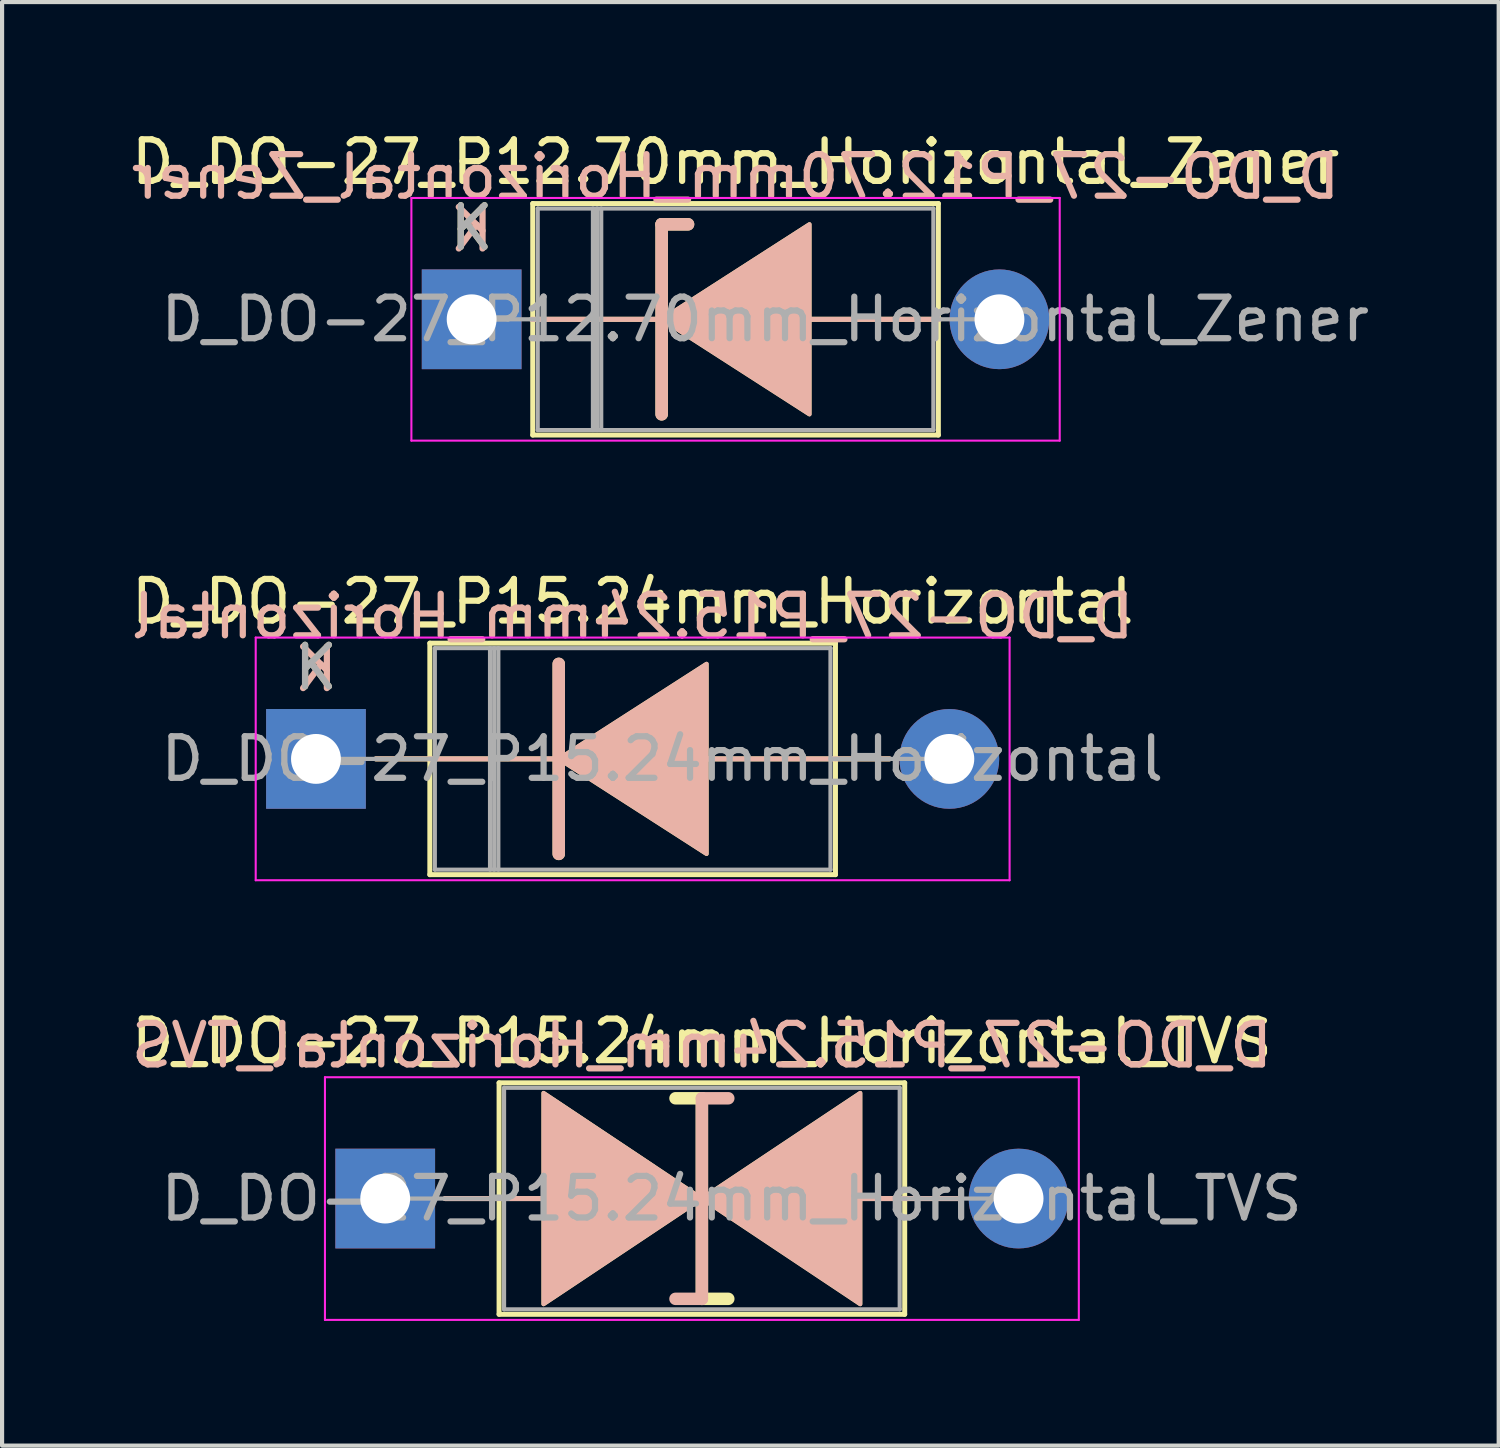
<source format=kicad_pcb>
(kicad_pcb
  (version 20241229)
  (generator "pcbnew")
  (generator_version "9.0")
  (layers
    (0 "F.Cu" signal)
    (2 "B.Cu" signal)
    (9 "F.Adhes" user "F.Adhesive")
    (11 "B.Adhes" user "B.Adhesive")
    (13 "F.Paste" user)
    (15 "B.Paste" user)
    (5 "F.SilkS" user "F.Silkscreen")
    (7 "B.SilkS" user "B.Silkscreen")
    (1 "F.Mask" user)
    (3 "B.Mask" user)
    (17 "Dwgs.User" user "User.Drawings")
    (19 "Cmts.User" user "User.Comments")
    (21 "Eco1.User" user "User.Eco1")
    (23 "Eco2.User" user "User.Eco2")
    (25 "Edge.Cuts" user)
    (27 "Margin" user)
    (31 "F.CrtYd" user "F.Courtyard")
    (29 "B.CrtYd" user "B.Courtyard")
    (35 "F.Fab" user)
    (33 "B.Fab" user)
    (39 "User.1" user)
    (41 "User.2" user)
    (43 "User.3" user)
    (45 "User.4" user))
  (footprint "D_DO-27_P12.70mm_Horizontal_Zener"
    (layer "F.Cu")
    (at 8.299 4.633)
    (property "Reference" "D_DO-27_P12.70mm_Horizontal_Zener" (at 6.35 -3.785 0) (layer "F.SilkS") (effects (font (size 1 1) (thickness 0.15))))
    (fp_line (start 1.44 0) (end 1.47 0) (stroke (width 0.12) (type solid)) (layer "F.SilkS"))
    (fp_line (start 1.47 -2.785) (end 1.47 2.785) (stroke (width 0.12) (type solid)) (layer "F.SilkS"))
    (fp_line (start 1.47 2.785) (end 11.23 2.785) (stroke (width 0.12) (type solid)) (layer "F.SilkS"))
    (fp_line (start 4.572 -2.286) (end 4.572 2.286) (stroke (width 0.3) (type solid)) (layer "F.SilkS"))
    (fp_line (start 4.572 -2.286) (end 5.207 -2.286) (stroke (width 0.3) (type solid)) (layer "F.SilkS"))
    (fp_line (start 4.572 0) (end 1.47 0) (stroke (width 0.12) (type solid)) (layer "F.SilkS"))
    (fp_line (start 8.001 0) (end 11.23 0) (stroke (width 0.12) (type solid)) (layer "F.SilkS"))
    (fp_line (start 11.23 -2.785) (end 1.47 -2.785) (stroke (width 0.12) (type solid)) (layer "F.SilkS"))
    (fp_line (start 11.23 2.785) (end 11.23 -2.785) (stroke (width 0.12) (type solid)) (layer "F.SilkS"))
    (fp_line (start 11.26 0) (end 11.23 0) (stroke (width 0.12) (type solid)) (layer "F.SilkS"))
    (fp_poly (pts (xy 8.128 2.286) (xy 4.572 0) (xy 8.128 -2.286)) (stroke (width 0.1) (type solid)) (fill yes) (layer "F.SilkS"))
    (fp_line (start 1.44 0) (end 1.47 0) (stroke (width 0.12) (type solid)) (layer "B.SilkS"))
    (fp_line (start 4.572 -2.286) (end 5.207 -2.286) (stroke (width 0.3) (type solid)) (layer "B.SilkS"))
    (fp_line (start 4.572 0) (end 1.47 0) (stroke (width 0.12) (type solid)) (layer "B.SilkS"))
    (fp_line (start 4.572 2.286) (end 4.572 -2.286) (stroke (width 0.3) (type solid)) (layer "B.SilkS"))
    (fp_line (start 8.001 0) (end 11.23 0) (stroke (width 0.12) (type solid)) (layer "B.SilkS"))
    (fp_line (start 11.26 0) (end 11.23 0) (stroke (width 0.12) (type solid)) (layer "B.SilkS"))
    (fp_poly (pts (xy 8.128 -2.286) (xy 4.572 0) (xy 8.128 2.286)) (stroke (width 0.1) (type solid)) (fill yes) (layer "B.SilkS"))
    (fp_line (start -1.45 -2.92) (end -1.45 2.92) (stroke (width 0.05) (type solid)) (layer "F.CrtYd"))
    (fp_line (start -1.45 2.92) (end 14.15 2.92) (stroke (width 0.05) (type solid)) (layer "F.CrtYd"))
    (fp_line (start 14.15 -2.92) (end -1.45 -2.92) (stroke (width 0.05) (type solid)) (layer "F.CrtYd"))
    (fp_line (start 14.15 2.92) (end 14.15 -2.92) (stroke (width 0.05) (type solid)) (layer "F.CrtYd"))
    (fp_line (start 0 0) (end 1.59 0) (stroke (width 0.1) (type solid)) (layer "F.Fab"))
    (fp_line (start 1.59 -2.665) (end 1.59 2.665) (stroke (width 0.1) (type solid)) (layer "F.Fab"))
    (fp_line (start 1.59 2.665) (end 11.11 2.665) (stroke (width 0.1) (type solid)) (layer "F.Fab"))
    (fp_line (start 2.918 -2.665) (end 2.918 2.665) (stroke (width 0.1) (type solid)) (layer "F.Fab"))
    (fp_line (start 3.018 -2.665) (end 3.018 2.665) (stroke (width 0.1) (type solid)) (layer "F.Fab"))
    (fp_line (start 3.118 -2.665) (end 3.118 2.665) (stroke (width 0.1) (type solid)) (layer "F.Fab"))
    (fp_line (start 11.11 -2.665) (end 1.59 -2.665) (stroke (width 0.1) (type solid)) (layer "F.Fab"))
    (fp_line (start 11.11 2.665) (end 11.11 -2.665) (stroke (width 0.1) (type solid)) (layer "F.Fab"))
    (fp_line (start 12.7 0) (end 11.11 0) (stroke (width 0.1) (type solid)) (layer "F.Fab"))
    (fp_text user "K" (at 0 -2.2 0) (layer "F.SilkS") (effects (font (size 1 1) (thickness 0.15))))
    (fp_text user "K" (at 0 -2.159 0) (layer "B.SilkS") (effects (font (size 1 1) (thickness 0.15)) (justify mirror)))
    (fp_text user "${REFERENCE}" (at 6.35 -3.429 0) (layer "B.SilkS") (effects (font (size 1 1) (thickness 0.15)) (justify mirror)))
    (fp_text user "K" (at 0 -2.2 0) (layer "F.Fab") (effects (font (size 1 1) (thickness 0.15))))
    (fp_text user "${REFERENCE}" (at 7.064 0 0) (layer "F.Fab") (effects (font (size 1 1) (thickness 0.15))))
    (pad "1" thru_hole rect (at 0 0) (size 2.4 2.4) (drill 1.2) (layers "*.Cu" "*.Mask"))
    (pad "2" thru_hole oval (at 12.7 0) (size 2.4 2.4) (drill 1.2) (layers "*.Cu" "*.Mask")))
  (footprint "D_DO-27_P15.24mm_Horizontal_TVS"
    (layer "F.Cu")
    (at 6.219 25.79)
    (property "Reference" "D_DO-27_P15.24mm_Horizontal_TVS" (at 7.62 -3.785 0) (layer "F.SilkS") (effects (font (size 1 1) (thickness 0.15))))
    (fp_line (start 1.44 0) (end 2.74 0) (stroke (width 0.12) (type solid)) (layer "F.SilkS"))
    (fp_line (start 2.74 -2.785) (end 2.74 2.785) (stroke (width 0.12) (type solid)) (layer "F.SilkS"))
    (fp_line (start 2.74 0) (end 3.81 0) (stroke (width 0.12) (type solid)) (layer "F.SilkS"))
    (fp_line (start 2.74 2.785) (end 12.5 2.785) (stroke (width 0.12) (type solid)) (layer "F.SilkS"))
    (fp_line (start 7.62 -2.413) (end 6.985 -2.413) (stroke (width 0.3) (type solid)) (layer "F.SilkS"))
    (fp_line (start 7.62 2.413) (end 7.62 -2.413) (stroke (width 0.3) (type solid)) (layer "F.SilkS"))
    (fp_line (start 8.255 2.413) (end 7.62 2.413) (stroke (width 0.3) (type solid)) (layer "F.SilkS"))
    (fp_line (start 11.43 0) (end 12.5 0) (stroke (width 0.12) (type solid)) (layer "F.SilkS"))
    (fp_line (start 12.5 -2.785) (end 2.74 -2.785) (stroke (width 0.12) (type solid)) (layer "F.SilkS"))
    (fp_line (start 12.5 2.785) (end 12.5 -2.785) (stroke (width 0.12) (type solid)) (layer "F.SilkS"))
    (fp_line (start 13.8 0) (end 12.5 0) (stroke (width 0.12) (type solid)) (layer "F.SilkS"))
    (fp_poly (pts (xy 7.62 0) (xy 3.81 2.54) (xy 3.81 -2.54)) (stroke (width 0.1) (type solid)) (fill yes) (layer "F.SilkS"))
    (fp_poly (pts (xy 7.62 0) (xy 11.43 -2.54) (xy 11.43 2.54)) (stroke (width 0.1) (type solid)) (fill yes) (layer "F.SilkS"))
    (fp_line (start 1.44 0) (end 2.74 0) (stroke (width 0.12) (type solid)) (layer "B.SilkS"))
    (fp_line (start 2.74 0) (end 3.81 0) (stroke (width 0.12) (type solid)) (layer "B.SilkS"))
    (fp_line (start 7.62 -2.413) (end 7.62 2.413) (stroke (width 0.3) (type solid)) (layer "B.SilkS"))
    (fp_line (start 7.62 2.413) (end 6.985 2.413) (stroke (width 0.3) (type solid)) (layer "B.SilkS"))
    (fp_line (start 8.255 -2.413) (end 7.62 -2.413) (stroke (width 0.3) (type solid)) (layer "B.SilkS"))
    (fp_line (start 11.43 0) (end 12.5 0) (stroke (width 0.12) (type solid)) (layer "B.SilkS"))
    (fp_line (start 13.8 0) (end 12.5 0) (stroke (width 0.12) (type solid)) (layer "B.SilkS"))
    (fp_poly (pts (xy 7.62 0) (xy 3.81 -2.54) (xy 3.81 2.54)) (stroke (width 0.1) (type solid)) (fill yes) (layer "B.SilkS"))
    (fp_poly (pts (xy 7.62 0) (xy 11.43 2.54) (xy 11.43 -2.54)) (stroke (width 0.1) (type solid)) (fill yes) (layer "B.SilkS"))
    (fp_line (start -1.45 -2.92) (end -1.45 2.92) (stroke (width 0.05) (type solid)) (layer "F.CrtYd"))
    (fp_line (start -1.45 2.92) (end 16.69 2.92) (stroke (width 0.05) (type solid)) (layer "F.CrtYd"))
    (fp_line (start 16.69 -2.92) (end -1.45 -2.92) (stroke (width 0.05) (type solid)) (layer "F.CrtYd"))
    (fp_line (start 16.69 2.92) (end 16.69 -2.92) (stroke (width 0.05) (type solid)) (layer "F.CrtYd"))
    (fp_line (start 0 0) (end 2.86 0) (stroke (width 0.1) (type solid)) (layer "F.Fab"))
    (fp_line (start 2.86 -2.665) (end 2.86 2.665) (stroke (width 0.1) (type solid)) (layer "F.Fab"))
    (fp_line (start 2.86 2.665) (end 12.38 2.665) (stroke (width 0.1) (type solid)) (layer "F.Fab"))
    (fp_line (start 12.38 -2.665) (end 2.86 -2.665) (stroke (width 0.1) (type solid)) (layer "F.Fab"))
    (fp_line (start 12.38 2.665) (end 12.38 -2.665) (stroke (width 0.1) (type solid)) (layer "F.Fab"))
    (fp_line (start 15.24 0) (end 12.38 0) (stroke (width 0.1) (type solid)) (layer "F.Fab"))
    (fp_text user "${REFERENCE}" (at 7.62 -3.683 0) (layer "B.SilkS") (effects (font (size 1 1) (thickness 0.15)) (justify mirror)))
    (fp_text user "${REFERENCE}" (at 8.334 0 0) (layer "F.Fab") (effects (font (size 1 1) (thickness 0.15))))
    (pad "1" thru_hole rect (at 0 0) (size 2.4 2.4) (drill 1.2) (layers "*.Cu" "*.Mask"))
    (pad "2" thru_hole oval (at 15.24 0) (size 2.4 2.4) (drill 1.2) (layers "*.Cu" "*.Mask")))
  (footprint "D_DO-27_P15.24mm_Horizontal"
    (layer "F.Cu")
    (at 4.553 15.211)
    (property "Reference" "D_DO-27_P15.24mm_Horizontal" (at 7.62 -3.785 0) (layer "F.SilkS") (effects (font (size 1 1) (thickness 0.15))))
    (fp_line (start 1.44 0) (end 2.74 0) (stroke (width 0.12) (type solid)) (layer "F.SilkS"))
    (fp_line (start 2.74 -2.785) (end 2.74 2.785) (stroke (width 0.12) (type solid)) (layer "F.SilkS"))
    (fp_line (start 2.74 2.785) (end 12.5 2.785) (stroke (width 0.12) (type solid)) (layer "F.SilkS"))
    (fp_line (start 5.842 -2.286) (end 5.842 2.286) (stroke (width 0.3) (type solid)) (layer "F.SilkS"))
    (fp_line (start 5.842 0) (end 2.74 0) (stroke (width 0.12) (type solid)) (layer "F.SilkS"))
    (fp_line (start 9.271 0) (end 12.5 0) (stroke (width 0.12) (type solid)) (layer "F.SilkS"))
    (fp_line (start 12.5 -2.785) (end 2.74 -2.785) (stroke (width 0.12) (type solid)) (layer "F.SilkS"))
    (fp_line (start 12.5 2.785) (end 12.5 -2.785) (stroke (width 0.12) (type solid)) (layer "F.SilkS"))
    (fp_line (start 13.8 0) (end 12.5 0) (stroke (width 0.12) (type solid)) (layer "F.SilkS"))
    (fp_poly (pts (xy 9.398 2.286) (xy 5.842 0) (xy 9.398 -2.286)) (stroke (width 0.1) (type solid)) (fill yes) (layer "F.SilkS"))
    (fp_line (start 1.44 -0.001) (end 2.74 -0.001) (stroke (width 0.12) (type solid)) (layer "B.SilkS"))
    (fp_line (start 5.842 -0.001) (end 2.74 -0.001) (stroke (width 0.12) (type solid)) (layer "B.SilkS"))
    (fp_line (start 5.842 2.285) (end 5.842 -2.287) (stroke (width 0.3) (type solid)) (layer "B.SilkS"))
    (fp_line (start 9.271 -0.001) (end 12.5 -0.001) (stroke (width 0.12) (type solid)) (layer "B.SilkS"))
    (fp_line (start 13.8 -0.001) (end 12.5 -0.001) (stroke (width 0.12) (type solid)) (layer "B.SilkS"))
    (fp_poly (pts (xy 9.398 -2.287) (xy 5.842 -0.001) (xy 9.398 2.285)) (stroke (width 0.1) (type solid)) (fill yes) (layer "B.SilkS"))
    (fp_line (start -1.45 -2.92) (end -1.45 2.92) (stroke (width 0.05) (type solid)) (layer "F.CrtYd"))
    (fp_line (start -1.45 2.92) (end 16.69 2.92) (stroke (width 0.05) (type solid)) (layer "F.CrtYd"))
    (fp_line (start 16.69 -2.92) (end -1.45 -2.92) (stroke (width 0.05) (type solid)) (layer "F.CrtYd"))
    (fp_line (start 16.69 2.92) (end 16.69 -2.92) (stroke (width 0.05) (type solid)) (layer "F.CrtYd"))
    (fp_line (start 0 0) (end 2.86 0) (stroke (width 0.1) (type solid)) (layer "F.Fab"))
    (fp_line (start 2.86 -2.665) (end 2.86 2.665) (stroke (width 0.1) (type solid)) (layer "F.Fab"))
    (fp_line (start 2.86 2.665) (end 12.38 2.665) (stroke (width 0.1) (type solid)) (layer "F.Fab"))
    (fp_line (start 4.188 -2.665) (end 4.188 2.665) (stroke (width 0.1) (type solid)) (layer "F.Fab"))
    (fp_line (start 4.288 -2.665) (end 4.288 2.665) (stroke (width 0.1) (type solid)) (layer "F.Fab"))
    (fp_line (start 4.388 -2.665) (end 4.388 2.665) (stroke (width 0.1) (type solid)) (layer "F.Fab"))
    (fp_line (start 12.38 -2.665) (end 2.86 -2.665) (stroke (width 0.1) (type solid)) (layer "F.Fab"))
    (fp_line (start 12.38 2.665) (end 12.38 -2.665) (stroke (width 0.1) (type solid)) (layer "F.Fab"))
    (fp_line (start 15.24 0) (end 12.38 0) (stroke (width 0.1) (type solid)) (layer "F.Fab"))
    (fp_text user "K" (at 0 -2.2 0) (layer "F.SilkS") (effects (font (size 1 1) (thickness 0.15))))
    (fp_text user "${REFERENCE}" (at 7.62 -3.429 0) (layer "B.SilkS") (effects (font (size 1 1) (thickness 0.15)) (justify mirror)))
    (fp_text user "K" (at 0 -2.159 0) (layer "B.SilkS") (effects (font (size 1 1) (thickness 0.15)) (justify mirror)))
    (fp_text user "K" (at 0 -2.2 0) (layer "F.Fab") (effects (font (size 1 1) (thickness 0.15))))
    (fp_text user "${REFERENCE}" (at 8.334 0 0) (layer "F.Fab") (effects (font (size 1 1) (thickness 0.15))))
    (pad "1" thru_hole rect (at 0 0) (size 2.4 2.4) (drill 1.2) (layers "*.Cu" "*.Mask"))
    (pad "2" thru_hole oval (at 15.24 0) (size 2.4 2.4) (drill 1.2) (layers "*.Cu" "*.Mask")))
  (gr_rect
    (start -3 -3)
    (end 33.012 31.735)
    (stroke (width 0.1) (type default))
    (fill no)
    (layer "Edge.Cuts")))
</source>
